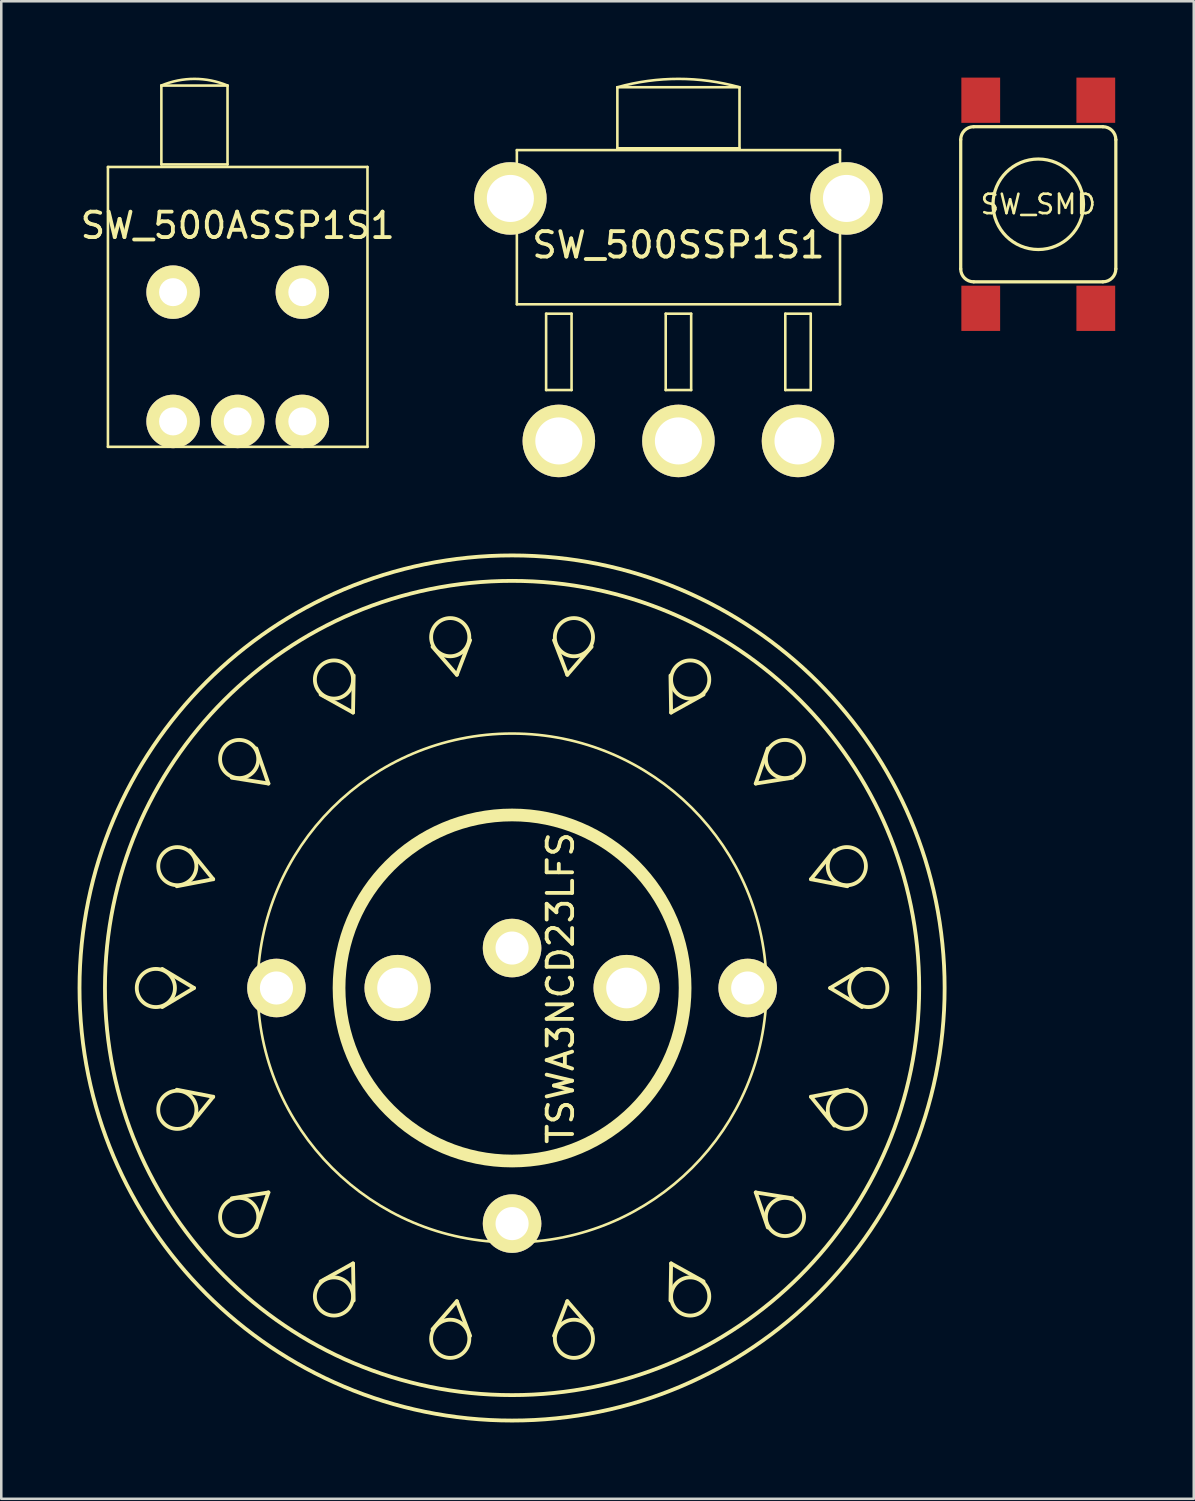
<source format=kicad_pcb>
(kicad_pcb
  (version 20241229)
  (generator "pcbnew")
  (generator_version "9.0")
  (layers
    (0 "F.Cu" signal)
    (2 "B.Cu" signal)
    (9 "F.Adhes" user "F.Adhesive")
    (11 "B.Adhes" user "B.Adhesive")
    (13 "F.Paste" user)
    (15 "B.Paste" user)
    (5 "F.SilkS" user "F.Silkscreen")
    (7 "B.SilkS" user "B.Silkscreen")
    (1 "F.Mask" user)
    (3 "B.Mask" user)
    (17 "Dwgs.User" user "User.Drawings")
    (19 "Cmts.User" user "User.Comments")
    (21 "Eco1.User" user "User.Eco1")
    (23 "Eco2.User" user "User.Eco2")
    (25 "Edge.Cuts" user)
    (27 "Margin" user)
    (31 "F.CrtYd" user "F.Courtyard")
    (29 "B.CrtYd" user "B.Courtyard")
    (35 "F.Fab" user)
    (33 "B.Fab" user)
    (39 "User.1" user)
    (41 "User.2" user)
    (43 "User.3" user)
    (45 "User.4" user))
  (footprint "SW_500SSP1S1"
    (layer "F.Cu")
    (at 23.613 14.279)
    (property "Reference" "SW_500SSP1S1" (at 0 -7.7 0) (layer "F.SilkS") (effects (font (size 1 1) (thickness 0.15))))
    (attr through_hole)
    (fp_line (start -6.35 -11.43) (end 6.35 -11.43) (stroke (width 0.102) (type solid)) (layer "F.SilkS"))
    (fp_line (start -6.35 -5.37) (end -6.35 -11.43) (stroke (width 0.102) (type solid)) (layer "F.SilkS"))
    (fp_line (start -5.2 -5) (end -4.2 -5) (stroke (width 0.102) (type solid)) (layer "F.SilkS"))
    (fp_line (start -5.2 -2) (end -5.2 -5) (stroke (width 0.102) (type solid)) (layer "F.SilkS"))
    (fp_line (start -4.2 -5) (end -4.2 -2) (stroke (width 0.102) (type solid)) (layer "F.SilkS"))
    (fp_line (start -4.2 -2) (end -5.2 -2) (stroke (width 0.102) (type solid)) (layer "F.SilkS"))
    (fp_line (start -2.4 -13.9) (end -2.4 -11.5) (stroke (width 0.102) (type solid)) (layer "F.SilkS"))
    (fp_line (start -2.4 -11.5) (end 2.4 -11.5) (stroke (width 0.102) (type solid)) (layer "F.SilkS"))
    (fp_line (start -0.5 -5) (end 0.5 -5) (stroke (width 0.102) (type solid)) (layer "F.SilkS"))
    (fp_line (start -0.5 -2) (end -0.5 -5) (stroke (width 0.102) (type solid)) (layer "F.SilkS"))
    (fp_line (start 0.5 -5) (end 0.5 -2) (stroke (width 0.102) (type solid)) (layer "F.SilkS"))
    (fp_line (start 0.5 -2) (end -0.5 -2) (stroke (width 0.102) (type solid)) (layer "F.SilkS"))
    (fp_line (start 2.4 -13.9) (end -2.4 -13.9) (stroke (width 0.102) (type solid)) (layer "F.SilkS"))
    (fp_line (start 2.4 -11.5) (end 2.4 -13.9) (stroke (width 0.102) (type solid)) (layer "F.SilkS"))
    (fp_line (start 4.2 -5) (end 4.2 -2) (stroke (width 0.102) (type solid)) (layer "F.SilkS"))
    (fp_line (start 4.2 -2) (end 5.2 -2) (stroke (width 0.102) (type solid)) (layer "F.SilkS"))
    (fp_line (start 5.2 -5) (end 4.2 -5) (stroke (width 0.102) (type solid)) (layer "F.SilkS"))
    (fp_line (start 5.2 -2) (end 5.2 -5) (stroke (width 0.102) (type solid)) (layer "F.SilkS"))
    (fp_line (start 6.35 -11.43) (end 6.35 -5.37) (stroke (width 0.102) (type solid)) (layer "F.SilkS"))
    (fp_line (start 6.35 -5.37) (end -6.35 -5.37) (stroke (width 0.102) (type solid)) (layer "F.SilkS"))
    (fp_arc (start -2.4 -13.9) (mid 0 -14.228606) (end 2.4 -13.9) (stroke (width 0.1016) (type solid)) (layer "F.SilkS"))
    (pad "1" thru_hole circle (at -4.7 0) (size 2.85 2.85) (drill 1.85) (layers "*.Cu" "*.Mask" "F.SilkS"))
    (pad "2" thru_hole circle (at 0 0) (size 2.85 2.85) (drill 1.85) (layers "*.Cu" "*.Mask" "F.SilkS"))
    (pad "3" thru_hole circle (at 4.7 0) (size 2.85 2.85) (drill 1.85) (layers "*.Cu" "*.Mask" "F.SilkS"))
    (pad "4" thru_hole circle (at -6.605 -9.53) (size 2.85 2.85) (drill 1.85) (layers "*.Cu" "*.Mask" "F.SilkS"))
    (pad "5" thru_hole circle (at 6.605 -9.53) (size 2.85 2.85) (drill 1.85) (layers "*.Cu" "*.Mask" "F.SilkS")))
  (footprint "TSWA3NCD23LFS"
    (layer "F.Cu")
    (at 17.075 35.779)
    (property "Reference" "TSWA3NCD23LFS" (at 1.905 0 90) (layer "F.SilkS") (effects (font (size 1 1) (thickness 0.15))))
    (attr through_hole)
    (fp_line (start -13.75 0.75) (end -12.5 0) (stroke (width 0.15) (type solid)) (layer "F.SilkS"))
    (fp_line (start -13.177 -3.998) (end -11.746 -4.275) (stroke (width 0.15) (type solid)) (layer "F.SilkS"))
    (fp_line (start -12.664 5.408) (end -11.746 4.275) (stroke (width 0.15) (type solid)) (layer "F.SilkS"))
    (fp_line (start -12.5 0) (end -13.75 -0.75) (stroke (width 0.15) (type solid)) (layer "F.SilkS"))
    (fp_line (start -11.746 -4.275) (end -12.664 -5.408) (stroke (width 0.15) (type solid)) (layer "F.SilkS"))
    (fp_line (start -11.746 4.275) (end -13.177 3.998) (stroke (width 0.15) (type solid)) (layer "F.SilkS"))
    (fp_line (start -11.015 -8.264) (end -9.576 -8.035) (stroke (width 0.15) (type solid)) (layer "F.SilkS"))
    (fp_line (start -10.051 9.413) (end -9.576 8.035) (stroke (width 0.15) (type solid)) (layer "F.SilkS"))
    (fp_line (start -9.576 -8.035) (end -10.051 -9.413) (stroke (width 0.15) (type solid)) (layer "F.SilkS"))
    (fp_line (start -9.576 8.035) (end -11.015 8.264) (stroke (width 0.15) (type solid)) (layer "F.SilkS"))
    (fp_line (start -7.525 -11.533) (end -6.25 -10.825) (stroke (width 0.15) (type solid)) (layer "F.SilkS"))
    (fp_line (start -6.25 -10.825) (end -6.225 -12.283) (stroke (width 0.15) (type solid)) (layer "F.SilkS"))
    (fp_line (start -6.25 10.825) (end -7.525 11.533) (stroke (width 0.15) (type solid)) (layer "F.SilkS"))
    (fp_line (start -6.225 12.283) (end -6.25 10.825) (stroke (width 0.15) (type solid)) (layer "F.SilkS"))
    (fp_line (start -3.126 -13.411) (end -2.171 -12.31) (stroke (width 0.15) (type solid)) (layer "F.SilkS"))
    (fp_line (start -2.171 -12.31) (end -1.649 -13.671) (stroke (width 0.15) (type solid)) (layer "F.SilkS"))
    (fp_line (start -2.171 12.31) (end -3.126 13.411) (stroke (width 0.15) (type solid)) (layer "F.SilkS"))
    (fp_line (start -1.649 13.671) (end -2.171 12.31) (stroke (width 0.15) (type solid)) (layer "F.SilkS"))
    (fp_line (start 1.649 -13.671) (end 2.171 -12.31) (stroke (width 0.15) (type solid)) (layer "F.SilkS"))
    (fp_line (start 2.171 -12.31) (end 3.126 -13.411) (stroke (width 0.15) (type solid)) (layer "F.SilkS"))
    (fp_line (start 2.171 12.31) (end 1.649 13.671) (stroke (width 0.15) (type solid)) (layer "F.SilkS"))
    (fp_line (start 3.126 13.411) (end 2.171 12.31) (stroke (width 0.15) (type solid)) (layer "F.SilkS"))
    (fp_line (start 6.225 -12.283) (end 6.25 -10.825) (stroke (width 0.15) (type solid)) (layer "F.SilkS"))
    (fp_line (start 6.25 -10.825) (end 7.525 -11.533) (stroke (width 0.15) (type solid)) (layer "F.SilkS"))
    (fp_line (start 6.25 10.825) (end 6.225 12.283) (stroke (width 0.15) (type solid)) (layer "F.SilkS"))
    (fp_line (start 7.525 11.533) (end 6.25 10.825) (stroke (width 0.15) (type solid)) (layer "F.SilkS"))
    (fp_line (start 9.576 -8.035) (end 11.015 -8.264) (stroke (width 0.15) (type solid)) (layer "F.SilkS"))
    (fp_line (start 9.576 8.035) (end 10.051 9.413) (stroke (width 0.15) (type solid)) (layer "F.SilkS"))
    (fp_line (start 10.051 -9.413) (end 9.576 -8.035) (stroke (width 0.15) (type solid)) (layer "F.SilkS"))
    (fp_line (start 11.015 8.264) (end 9.576 8.035) (stroke (width 0.15) (type solid)) (layer "F.SilkS"))
    (fp_line (start 11.746 -4.275) (end 13.177 -3.998) (stroke (width 0.15) (type solid)) (layer "F.SilkS"))
    (fp_line (start 11.746 4.275) (end 12.664 5.408) (stroke (width 0.15) (type solid)) (layer "F.SilkS"))
    (fp_line (start 12.5 0) (end 13.75 0.75) (stroke (width 0.15) (type solid)) (layer "F.SilkS"))
    (fp_line (start 12.664 -5.408) (end 11.746 -4.275) (stroke (width 0.15) (type solid)) (layer "F.SilkS"))
    (fp_line (start 13.177 3.998) (end 11.746 4.275) (stroke (width 0.15) (type solid)) (layer "F.SilkS"))
    (fp_line (start 13.75 -0.75) (end 12.5 0) (stroke (width 0.15) (type solid)) (layer "F.SilkS"))
    (fp_circle (center -14 0) (end -14 0.75) (stroke (width 0.15) (type solid)) (fill no) (layer "F.SilkS"))
    (fp_circle (center -13.156 -4.788) (end -13.412 -4.084) (stroke (width 0.15) (type solid)) (fill no) (layer "F.SilkS"))
    (fp_circle (center -13.156 4.788) (end -12.899 5.493) (stroke (width 0.15) (type solid)) (fill no) (layer "F.SilkS"))
    (fp_circle (center -10.725 -8.999) (end -11.207 -8.424) (stroke (width 0.15) (type solid)) (fill no) (layer "F.SilkS"))
    (fp_circle (center -10.725 8.999) (end -10.243 9.574) (stroke (width 0.15) (type solid)) (fill no) (layer "F.SilkS"))
    (fp_circle (center -7 -12.124) (end -7.65 -11.749) (stroke (width 0.15) (type solid)) (fill no) (layer "F.SilkS"))
    (fp_circle (center -7 12.124) (end -6.35 12.499) (stroke (width 0.15) (type solid)) (fill no) (layer "F.SilkS"))
    (fp_circle (center -2.431 -13.787) (end -3.17 -13.657) (stroke (width 0.15) (type solid)) (fill no) (layer "F.SilkS"))
    (fp_circle (center -2.431 13.787) (end -1.692 13.918) (stroke (width 0.15) (type solid)) (fill no) (layer "F.SilkS"))
    (fp_circle (center 0 0) (end 6.8 0) (stroke (width 0.5) (type solid)) (fill no) (layer "F.SilkS"))
    (fp_circle (center 0 0) (end 10 0) (stroke (width 0.102) (type solid)) (fill no) (layer "F.SilkS"))
    (fp_circle (center 0 0) (end 16 0) (stroke (width 0.15) (type solid)) (fill no) (layer "F.SilkS"))
    (fp_circle (center 0 0) (end 17 0) (stroke (width 0.15) (type solid)) (fill no) (layer "F.SilkS"))
    (fp_circle (center 2.431 -13.787) (end 1.692 -13.918) (stroke (width 0.15) (type solid)) (fill no) (layer "F.SilkS"))
    (fp_circle (center 2.431 13.787) (end 3.17 13.657) (stroke (width 0.15) (type solid)) (fill no) (layer "F.SilkS"))
    (fp_circle (center 7 -12.124) (end 6.35 -12.499) (stroke (width 0.15) (type solid)) (fill no) (layer "F.SilkS"))
    (fp_circle (center 7 12.124) (end 7.65 11.749) (stroke (width 0.15) (type solid)) (fill no) (layer "F.SilkS"))
    (fp_circle (center 10.725 -8.999) (end 10.243 -9.574) (stroke (width 0.15) (type solid)) (fill no) (layer "F.SilkS"))
    (fp_circle (center 10.725 8.999) (end 11.207 8.424) (stroke (width 0.15) (type solid)) (fill no) (layer "F.SilkS"))
    (fp_circle (center 13.156 -4.788) (end 12.899 -5.493) (stroke (width 0.15) (type solid)) (fill no) (layer "F.SilkS"))
    (fp_circle (center 13.156 4.788) (end 13.412 4.084) (stroke (width 0.15) (type solid)) (fill no) (layer "F.SilkS"))
    (fp_circle (center 14 0) (end 14 -0.75) (stroke (width 0.15) (type solid)) (fill no) (layer "F.SilkS"))
    (pad "1" thru_hole circle (at -9.26 0) (size 2.3 2.3) (drill 1.3) (layers "*.Cu" "*.Mask" "F.SilkS"))
    (pad "2" thru_hole circle (at 9.26 0) (size 2.3 2.3) (drill 1.3) (layers "*.Cu" "*.Mask" "F.SilkS"))
    (pad "3" thru_hole circle (at 0 9.26) (size 2.3 2.3) (drill 1.3) (layers "*.Cu" "*.Mask" "F.SilkS"))
    (pad "4" thru_hole circle (at 0 -1.57) (size 2.3 2.3) (drill 1.3) (layers "*.Cu" "*.Mask" "F.SilkS"))
    (pad "5" thru_hole circle (at -4.5 0) (size 2.6 2.6) (drill 1.6) (layers "*.Cu" "*.Mask" "F.SilkS"))
    (pad "6" thru_hole circle (at 4.5 0) (size 2.6 2.6) (drill 1.6) (layers "*.Cu" "*.Mask" "F.SilkS")))
  (footprint "SW_SMD"
    (layer "F.Cu")
    (at 37.755 4.978)
    (property "Reference" "SW_SMD" (at 0 0 0) (layer "F.SilkS") (effects (font (size 0.762 0.762) (thickness 0.102))))
    (attr smd)
    (fp_line (start -3.048 -2.54) (end -3.048 2.54) (stroke (width 0.127) (type solid)) (layer "F.SilkS"))
    (fp_line (start -2.54 3.048) (end 2.54 3.048) (stroke (width 0.127) (type solid)) (layer "F.SilkS"))
    (fp_line (start 2.54 -3.048) (end -2.54 -3.048) (stroke (width 0.127) (type solid)) (layer "F.SilkS"))
    (fp_line (start 3.048 2.54) (end 3.048 -2.54) (stroke (width 0.127) (type solid)) (layer "F.SilkS"))
    (fp_arc (start -3.048 -2.54) (mid -2.89921 -2.89921) (end -2.54 -3.048) (stroke (width 0.127) (type solid)) (layer "F.SilkS"))
    (fp_arc (start -2.54 3.048) (mid -2.89921 2.89921) (end -3.048 2.54) (stroke (width 0.127) (type solid)) (layer "F.SilkS"))
    (fp_arc (start 2.54 -3.048) (mid 2.89921 -2.89921) (end 3.048 -2.54) (stroke (width 0.127) (type solid)) (layer "F.SilkS"))
    (fp_arc (start 3.048 2.54) (mid 2.89921 2.89921) (end 2.54 3.048) (stroke (width 0.127) (type solid)) (layer "F.SilkS"))
    (fp_circle (center 0 0) (end 1.778 0) (stroke (width 0.127) (type solid)) (fill no) (layer "F.SilkS"))
    (pad "1" smd rect (at -2.261 -4.089 270) (size 1.778 1.524) (layers "F.Cu" "F.Mask" "F.Paste"))
    (pad "1" smd rect (at -2.261 4.089 270) (size 1.778 1.524) (layers "F.Cu" "F.Mask" "F.Paste"))
    (pad "2" smd rect (at 2.261 -4.089 270) (size 1.778 1.524) (layers "F.Cu" "F.Mask" "F.Paste"))
    (pad "2" smd rect (at 2.261 4.089 270) (size 1.778 1.524) (layers "F.Cu" "F.Mask" "F.Paste")))
  (footprint "SW_500ASSP1S1"
    (layer "F.Cu")
    (at 6.292 13.512)
    (property "Reference" "SW_500ASSP1S1" (at 0 -7.7 0) (layer "F.SilkS") (effects (font (size 1 1) (thickness 0.15))))
    (attr through_hole)
    (fp_line (start -5.1 -10) (end 5.1 -10) (stroke (width 0.102) (type solid)) (layer "F.SilkS"))
    (fp_line (start -5.1 1) (end -5.1 -10) (stroke (width 0.102) (type solid)) (layer "F.SilkS"))
    (fp_line (start -3 -13.2) (end -3 -10.1) (stroke (width 0.102) (type solid)) (layer "F.SilkS"))
    (fp_line (start -3 -10.1) (end -0.4 -10.1) (stroke (width 0.102) (type solid)) (layer "F.SilkS"))
    (fp_line (start -0.4 -13.2) (end -3 -13.2) (stroke (width 0.102) (type solid)) (layer "F.SilkS"))
    (fp_line (start -0.4 -10.1) (end -0.4 -13.2) (stroke (width 0.102) (type solid)) (layer "F.SilkS"))
    (fp_line (start 5.1 -10) (end 5.1 1) (stroke (width 0.102) (type solid)) (layer "F.SilkS"))
    (fp_line (start 5.1 1) (end -5.1 1) (stroke (width 0.102) (type solid)) (layer "F.SilkS"))
    (fp_arc (start -3 -13.2) (mid -1.7 -13.461547) (end -0.4 -13.2) (stroke (width 0.1016) (type solid)) (layer "F.SilkS"))
    (pad "1" thru_hole circle (at -2.54 0) (size 2.1 2.1) (drill 1.1) (layers "*.Cu" "*.Mask" "F.SilkS"))
    (pad "2" thru_hole circle (at 0 0) (size 2.1 2.1) (drill 1.1) (layers "*.Cu" "*.Mask" "F.SilkS"))
    (pad "3" thru_hole circle (at 2.54 0) (size 2.1 2.1) (drill 1.1) (layers "*.Cu" "*.Mask" "F.SilkS"))
    (pad "4" thru_hole circle (at -2.54 -5.08) (size 2.1 2.1) (drill 1.1) (layers "*.Cu" "*.Mask" "F.SilkS"))
    (pad "5" thru_hole circle (at 2.54 -5.08) (size 2.1 2.1) (drill 1.1) (layers "*.Cu" "*.Mask" "F.SilkS")))
  (gr_rect
    (start -3 -3)
    (end 43.866 55.854)
    (stroke (width 0.1) (type default))
    (fill no)
    (layer "Edge.Cuts")))
</source>
